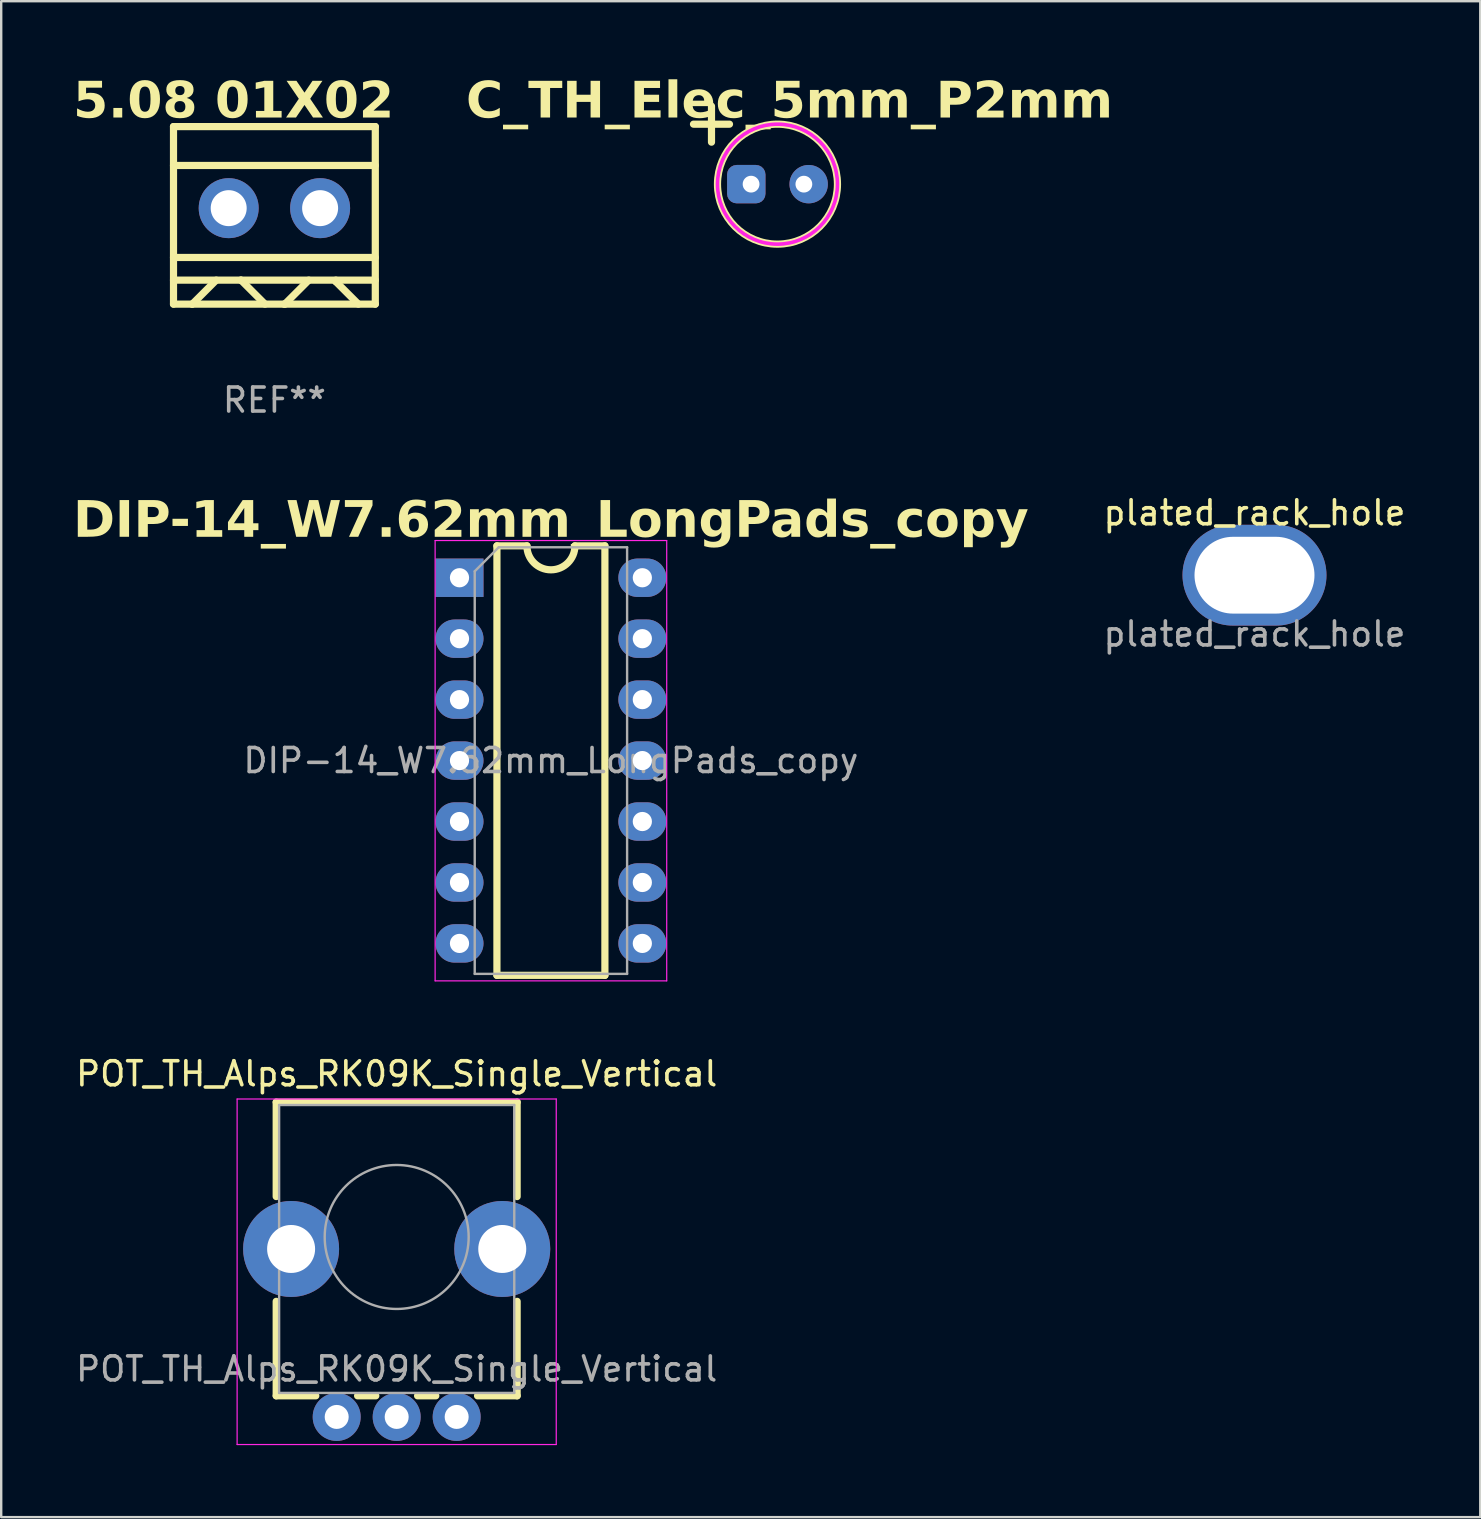
<source format=kicad_pcb>
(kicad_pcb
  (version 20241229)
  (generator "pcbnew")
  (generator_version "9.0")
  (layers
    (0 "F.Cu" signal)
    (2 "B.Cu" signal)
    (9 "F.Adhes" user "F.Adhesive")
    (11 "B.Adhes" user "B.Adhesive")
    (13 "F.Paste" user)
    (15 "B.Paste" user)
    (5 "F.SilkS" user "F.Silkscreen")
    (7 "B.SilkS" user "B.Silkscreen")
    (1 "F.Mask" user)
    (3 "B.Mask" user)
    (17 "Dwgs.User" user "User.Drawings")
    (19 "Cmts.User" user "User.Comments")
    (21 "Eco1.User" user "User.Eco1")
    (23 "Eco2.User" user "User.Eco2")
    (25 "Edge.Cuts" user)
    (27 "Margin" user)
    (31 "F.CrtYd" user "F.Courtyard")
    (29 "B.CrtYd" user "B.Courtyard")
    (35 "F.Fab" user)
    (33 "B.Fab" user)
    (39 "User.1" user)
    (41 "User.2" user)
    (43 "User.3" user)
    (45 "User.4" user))
  (footprint "POT_TH_Alps_RK09K_Single_Vertical"
    (layer "F.Cu")
    (at 13.482 48.502)
    (property "Reference" "POT_TH_Alps_RK09K_Single_Vertical" (at 0 -6.8 0) (layer "F.SilkS") (effects (font (size 1 1) (thickness 0.15))))
    (attr through_hole)
    (fp_line (start -5.021 -5.62) (end 5.02 -5.62) (stroke (width 0.3) (type solid)) (layer "F.SilkS"))
    (fp_line (start -5.021 -1.684) (end -5.021 -5.62) (stroke (width 0.3) (type solid)) (layer "F.SilkS"))
    (fp_line (start -5.021 6.62) (end -5.021 2.683) (stroke (width 0.3) (type solid)) (layer "F.SilkS"))
    (fp_line (start -5.021 6.62) (end -3.371 6.62) (stroke (width 0.3) (type solid)) (layer "F.SilkS"))
    (fp_line (start -1.629 6.62) (end -0.87 6.62) (stroke (width 0.3) (type solid)) (layer "F.SilkS"))
    (fp_line (start 0.871 6.62) (end 1.63 6.62) (stroke (width 0.3) (type solid)) (layer "F.SilkS"))
    (fp_line (start 3.37 6.62) (end 5.02 6.62) (stroke (width 0.3) (type solid)) (layer "F.SilkS"))
    (fp_line (start 5.02 -1.684) (end 5.02 -5.62) (stroke (width 0.3) (type solid)) (layer "F.SilkS"))
    (fp_line (start 5.02 6.62) (end 5.02 2.683) (stroke (width 0.3) (type solid)) (layer "F.SilkS"))
    (fp_line (start -6.65 -5.75) (end -6.65 8.65) (stroke (width 0.05) (type solid)) (layer "F.CrtYd"))
    (fp_line (start -6.65 8.65) (end 6.65 8.65) (stroke (width 0.05) (type solid)) (layer "F.CrtYd"))
    (fp_line (start 6.65 -5.75) (end -6.65 -5.75) (stroke (width 0.05) (type solid)) (layer "F.CrtYd"))
    (fp_line (start 6.65 8.65) (end 6.65 -5.75) (stroke (width 0.05) (type solid)) (layer "F.CrtYd"))
    (fp_line (start -4.9 -5.5) (end -4.9 6.5) (stroke (width 0.1) (type solid)) (layer "F.Fab"))
    (fp_line (start -4.9 6.5) (end 4.9 6.5) (stroke (width 0.1) (type solid)) (layer "F.Fab"))
    (fp_line (start 4.9 -5.5) (end -4.9 -5.5) (stroke (width 0.1) (type solid)) (layer "F.Fab"))
    (fp_line (start 4.9 6.5) (end 4.9 -5.5) (stroke (width 0.1) (type solid)) (layer "F.Fab"))
    (fp_circle (center 0 0) (end 3 0) (stroke (width 0.1) (type solid)) (fill no) (layer "F.Fab"))
    (fp_text user "${REFERENCE}" (at 0 5.5 180) (layer "F.Fab") (effects (font (size 1 1) (thickness 0.15))))
    (pad "" thru_hole circle (at -4.4 0.5 90) (size 4 4) (drill 2) (layers "*.Cu" "*.Mask"))
    (pad "" thru_hole circle (at 4.4 0.5 90) (size 4 4) (drill 2) (layers "*.Cu" "*.Mask"))
    (pad "1" thru_hole circle (at 2.5 7.5 90) (size 2 2) (drill 1) (layers "*.Cu" "*.Mask"))
    (pad "2" thru_hole circle (at 0 7.5) (size 2 2) (drill 1) (layers "*.Cu" "*.Mask"))
    (pad "3" thru_hole circle (at -2.5 7.5 90) (size 2 2) (drill 1) (layers "*.Cu" "*.Mask")))
  (footprint "C_TH_Elec_5mm_P2mm"
    (layer "F.Cu")
    (at 29.352 4.625)
    (property "Reference" "C_TH_Elec_5mm_P2mm" (at 0.5 -3.4 0) (layer "F.SilkS") (effects (font (face "Dosis") (size 1.5 1.5) (thickness 0.2) (bold yes))))
    (attr through_hole)
    (fp_line (start -2.75 -3.25) (end -2.75 -1.75) (stroke (width 0.3) (type solid)) (layer "F.SilkS"))
    (fp_line (start -2 -2.5) (end -3.5 -2.5) (stroke (width 0.3) (type solid)) (layer "F.SilkS"))
    (fp_circle (center 0 0) (end 2.5 0) (stroke (width 0.3) (type solid)) (fill no) (layer "F.SilkS"))
    (fp_circle (center 0 0) (end 2.5 0) (stroke (width 0.15) (type solid)) (fill no) (layer "F.CrtYd"))
    (pad "1" thru_hole roundrect (at -1.1 0 180) (size 1.6 1.6) (drill 0.7 (offset 0.2 0)) (layers "*.Cu" "*.Mask") (roundrect_rratio 0.25))
    (pad "2" thru_hole oval (at 1.1 0 180) (size 1.6 1.6) (drill 0.7 (offset -0.2 0)) (layers "*.Cu" "*.Mask")))
  (footprint "plated_rack_hole"
    (layer "F.Cu")
    (at 49.232 20.922)
    (property "Reference" "plated_rack_hole" (at 0 -2.6 0) (unlocked yes) (layer "F.SilkS") (effects (font (size 1 1) (thickness 0.15))))
    (attr smd)
    (fp_text user "${REFERENCE}" (at 0 2.45 0) (unlocked yes) (layer "F.Fab") (effects (font (size 1 1) (thickness 0.15))))
    (pad "1" thru_hole oval (at 0 0) (size 6 4.2) (drill oval 5 3.2) (layers "*.Cu" "*.Mask")))
  (footprint "5.08 01X02"
    (layer "F.Cu")
    (at 8.386 5.925)
    (property "Reference" "5.08 01X02" (at -1.7 -4.7 0) (layer "F.SilkS") (effects (font (face "Dosis") (size 1.5 1.5) (thickness 0.2) (bold yes))))
    (attr through_hole)
    (fp_line (start -4.205 -3.7) (end -4.205 3.7) (stroke (width 0.3) (type solid)) (layer "F.SilkS"))
    (fp_line (start -4.205 -3.7) (end 4.205 -3.7) (stroke (width 0.3) (type solid)) (layer "F.SilkS"))
    (fp_line (start -4.205 -2.078) (end 4.205 -2.078) (stroke (width 0.3) (type solid)) (layer "F.SilkS"))
    (fp_line (start -4.205 1.754) (end 4.205 1.754) (stroke (width 0.3) (type solid)) (layer "F.SilkS"))
    (fp_line (start -4.205 2.7) (end 4.205 2.7) (stroke (width 0.3) (type solid)) (layer "F.SilkS"))
    (fp_line (start -4.205 3.7) (end 4.205 3.7) (stroke (width 0.3) (type solid)) (layer "F.SilkS"))
    (fp_line (start -3.427 3.7) (end -3.424 3.7) (stroke (width 0.3) (type solid)) (layer "F.SilkS"))
    (fp_line (start -3.424 3.7) (end -2.424 2.7) (stroke (width 0.3) (type solid)) (layer "F.SilkS"))
    (fp_line (start -1.402 2.7) (end -1.392 2.7) (stroke (width 0.3) (type solid)) (layer "F.SilkS"))
    (fp_line (start -1.392 2.7) (end -0.392 3.7) (stroke (width 0.3) (type solid)) (layer "F.SilkS"))
    (fp_line (start 0.403 3.7) (end 0.432 3.7) (stroke (width 0.3) (type solid)) (layer "F.SilkS"))
    (fp_line (start 0.432 3.7) (end 1.432 2.7) (stroke (width 0.3) (type solid)) (layer "F.SilkS"))
    (fp_line (start 2.562 2.7) (end 2.562 2.764) (stroke (width 0.3) (type solid)) (layer "F.SilkS"))
    (fp_line (start 2.562 2.764) (end 3.498 3.7) (stroke (width 0.3) (type solid)) (layer "F.SilkS"))
    (fp_line (start 4.205 -3.7) (end 4.205 3.7) (stroke (width 0.3) (type solid)) (layer "F.SilkS"))
    (fp_text user "REF**" (at 0 7.7 0) (layer "F.Fab") (effects (font (size 1 1) (thickness 0.15))))
    (pad "1" thru_hole circle (at -1.905 -0.3) (size 2.5 2.5) (drill 1.5) (layers "*.Cu" "*.Mask"))
    (pad "2" thru_hole circle (at 1.905 -0.3) (size 2.5 2.5) (drill 1.5) (layers "*.Cu" "*.Mask")))
  (footprint "DIP-14_W7.62mm_LongPads_copy"
    (layer "F.Cu")
    (at 16.1 21.028)
    (property "Reference" "DIP-14_W7.62mm_LongPads_copy" (at 3.81 -2.33 0) (layer "F.SilkS") (effects (font (face "Dosis") (size 1.5 1.5) (thickness 0.2) (bold yes))))
    (attr through_hole)
    (fp_line (start 1.56 -1.33) (end 1.56 16.57) (stroke (width 0.3) (type solid)) (layer "F.SilkS"))
    (fp_line (start 1.56 16.57) (end 6.06 16.57) (stroke (width 0.3) (type solid)) (layer "F.SilkS"))
    (fp_line (start 2.81 -1.33) (end 1.56 -1.33) (stroke (width 0.3) (type solid)) (layer "F.SilkS"))
    (fp_line (start 6.06 -1.33) (end 4.81 -1.33) (stroke (width 0.3) (type solid)) (layer "F.SilkS"))
    (fp_line (start 6.06 16.57) (end 6.06 -1.33) (stroke (width 0.3) (type solid)) (layer "F.SilkS"))
    (fp_arc (start 4.81 -1.33) (mid 3.81 -0.33) (end 2.81 -1.33) (stroke (width 0.3) (type solid)) (layer "F.SilkS"))
    (fp_line (start -1.016 -1.55) (end -1.016 16.8) (stroke (width 0.05) (type solid)) (layer "F.CrtYd"))
    (fp_line (start -1.016 16.8) (end 8.636 16.8) (stroke (width 0.05) (type solid)) (layer "F.CrtYd"))
    (fp_line (start 8.636 -1.55) (end -1.016 -1.55) (stroke (width 0.05) (type solid)) (layer "F.CrtYd"))
    (fp_line (start 8.636 16.8) (end 8.636 -1.55) (stroke (width 0.05) (type solid)) (layer "F.CrtYd"))
    (fp_line (start 0.635 -0.27) (end 1.635 -1.27) (stroke (width 0.1) (type solid)) (layer "F.Fab"))
    (fp_line (start 0.635 16.51) (end 0.635 -0.27) (stroke (width 0.1) (type solid)) (layer "F.Fab"))
    (fp_line (start 1.635 -1.27) (end 6.985 -1.27) (stroke (width 0.1) (type solid)) (layer "F.Fab"))
    (fp_line (start 6.985 -1.27) (end 6.985 16.51) (stroke (width 0.1) (type solid)) (layer "F.Fab"))
    (fp_line (start 6.985 16.51) (end 0.635 16.51) (stroke (width 0.1) (type solid)) (layer "F.Fab"))
    (fp_text user "${REFERENCE}" (at 3.81 7.62 0) (layer "F.Fab") (effects (font (size 1 1) (thickness 0.15))))
    (pad "1" thru_hole rect (at 0 0) (size 2 1.6) (drill 0.8) (layers "*.Cu" "*.Mask"))
    (pad "2" thru_hole oval (at 0 2.54) (size 2 1.6) (drill 0.8) (layers "*.Cu" "*.Mask"))
    (pad "3" thru_hole oval (at 0 5.08) (size 2 1.6) (drill 0.8) (layers "*.Cu" "*.Mask"))
    (pad "4" thru_hole oval (at 0 7.62) (size 2 1.6) (drill 0.8) (layers "*.Cu" "*.Mask"))
    (pad "5" thru_hole oval (at 0 10.16) (size 2 1.6) (drill 0.8) (layers "*.Cu" "*.Mask"))
    (pad "6" thru_hole oval (at 0 12.7) (size 2 1.6) (drill 0.8) (layers "*.Cu" "*.Mask"))
    (pad "7" thru_hole oval (at 0 15.24) (size 2 1.6) (drill 0.8) (layers "*.Cu" "*.Mask"))
    (pad "8" thru_hole oval (at 7.62 15.24) (size 2 1.6) (drill 0.8) (layers "*.Cu" "*.Mask"))
    (pad "9" thru_hole oval (at 7.62 12.7) (size 2 1.6) (drill 0.8) (layers "*.Cu" "*.Mask"))
    (pad "10" thru_hole oval (at 7.62 10.16) (size 2 1.6) (drill 0.8) (layers "*.Cu" "*.Mask"))
    (pad "11" thru_hole oval (at 7.62 7.62) (size 2 1.6) (drill 0.8) (layers "*.Cu" "*.Mask"))
    (pad "12" thru_hole oval (at 7.62 5.08) (size 2 1.6) (drill 0.8) (layers "*.Cu" "*.Mask"))
    (pad "13" thru_hole oval (at 7.62 2.54) (size 2 1.6) (drill 0.8) (layers "*.Cu" "*.Mask"))
    (pad "14" thru_hole oval (at 7.62 0) (size 2 1.6) (drill 0.8) (layers "*.Cu" "*.Mask")))
  (gr_rect
    (start -3 -3)
    (end 58.642 60.177)
    (stroke (width 0.1) (type default))
    (fill no)
    (layer "Edge.Cuts")))
</source>
